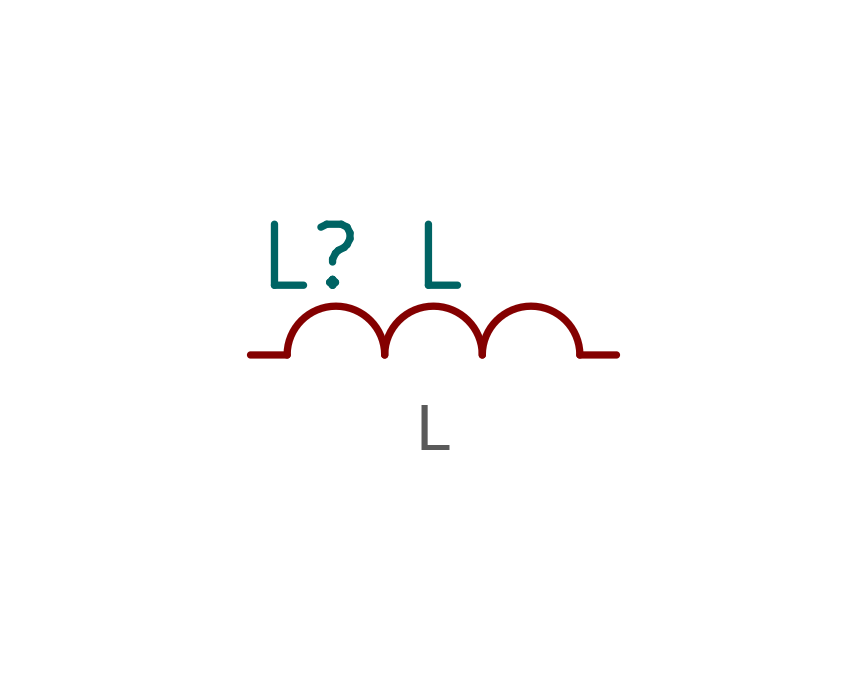
<source format=kicad_sym>
(kicad_symbol_lib
  (version 20211014)
  (generator kicad_symbol_editor)
  (symbol "L"
    (pin_numbers hide)
    (pin_names
      (offset 0) hide)
    (property "Reference" "L"
      (at 2.413 2.032 0)
      (effects (font (size 1.27 1.27)) (justify right)))
    (property "Value" "L"
      (at 3.302 2.032 0)
      (effects (font (size 1.27 1.27)) (justify left)))
    (symbol "L_0_1"
      (arc (start 2.794 0) (mid 1.778 1.016) (end 0.762 0) (stroke (width 0) (type default) (color 0 0 0 0)) (fill (type none)))
      (arc (start 4.826 0) (mid 3.81 1.016) (end 2.794 0) (stroke (width 0) (type default) (color 0 0 0 0)) (fill (type none)))
      (arc (start 6.858 0) (mid 5.842 1.016) (end 4.826 0) (stroke (width 0) (type default) (color 0 0 0 0)) (fill (type none))))
    (symbol "L_1_1"
      (pin passive line (at 0 0 0) (length 0.762) (name "~" (effects (font (size 1.27 1.27)))) (number "1" (effects (font (size 1.27 1.27)))))
      (pin passive line (at 7.62 0 180) (length 0.762) (name "~" (effects (font (size 1.27 1.27)))) (number "2" (effects (font (size 1.27 1.27))))))))
</source>
